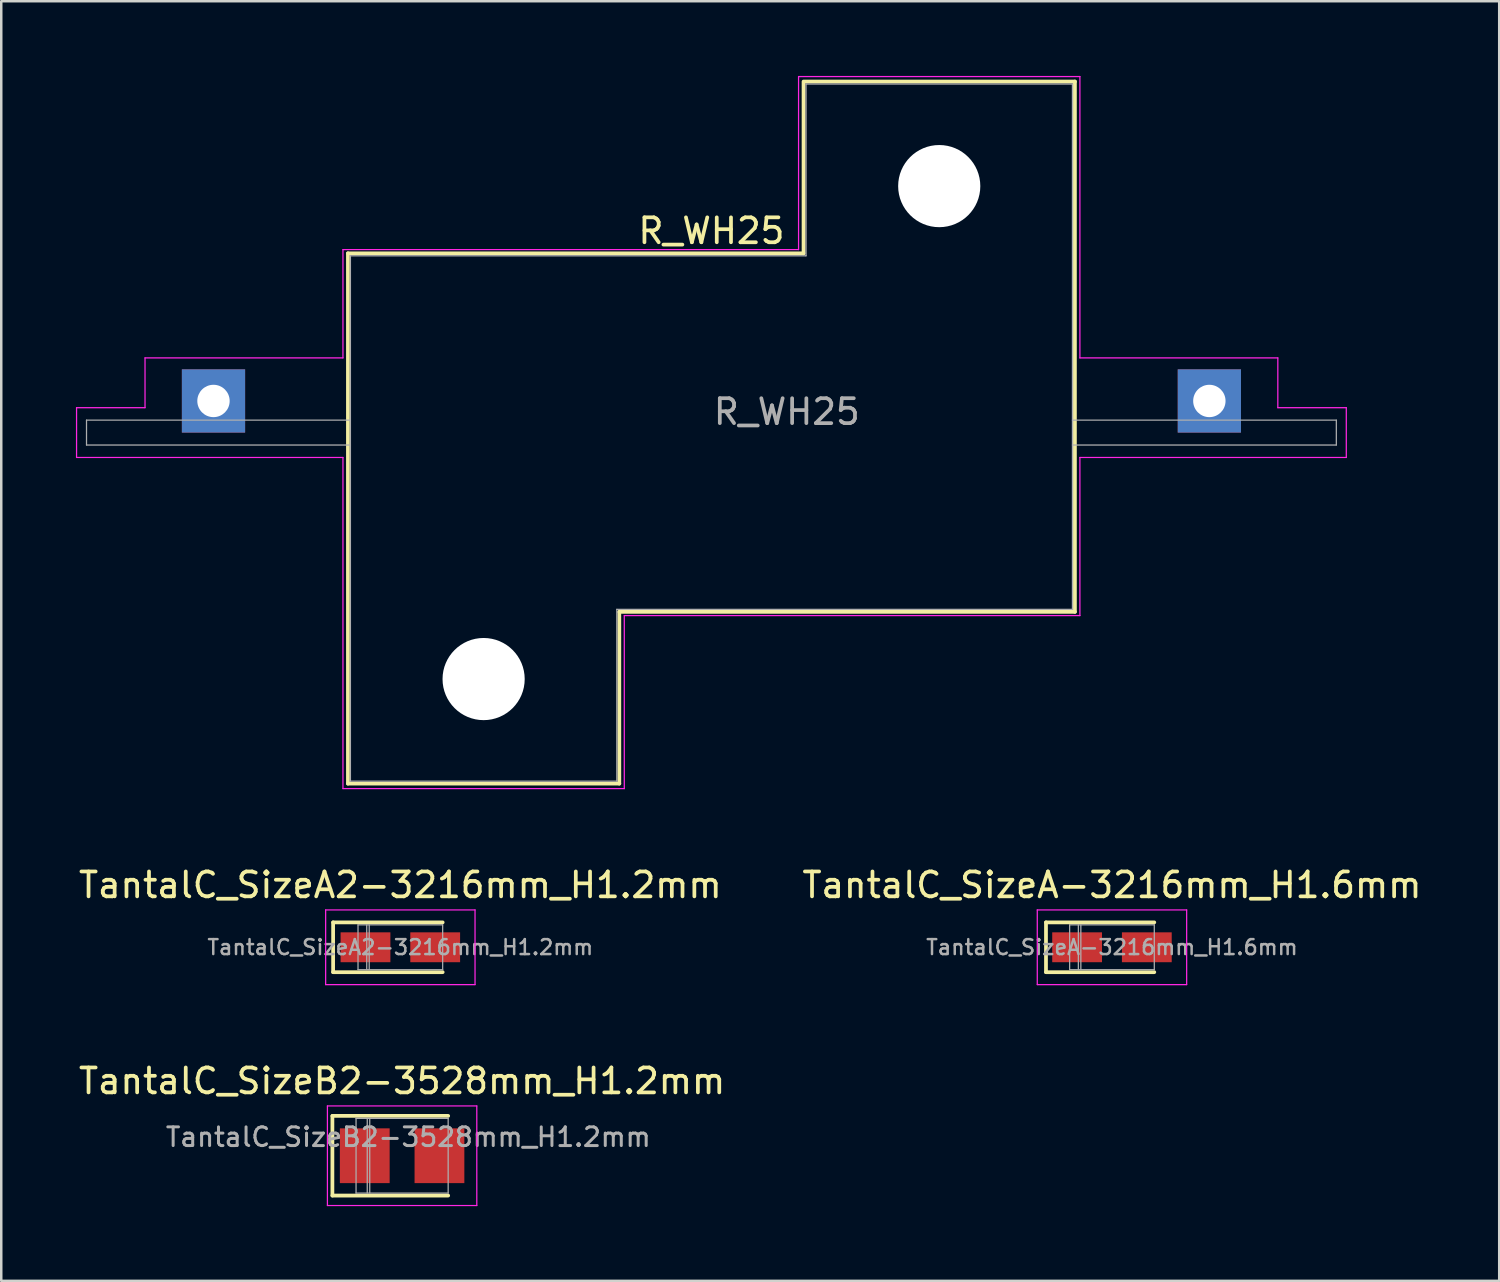
<source format=kicad_pcb>
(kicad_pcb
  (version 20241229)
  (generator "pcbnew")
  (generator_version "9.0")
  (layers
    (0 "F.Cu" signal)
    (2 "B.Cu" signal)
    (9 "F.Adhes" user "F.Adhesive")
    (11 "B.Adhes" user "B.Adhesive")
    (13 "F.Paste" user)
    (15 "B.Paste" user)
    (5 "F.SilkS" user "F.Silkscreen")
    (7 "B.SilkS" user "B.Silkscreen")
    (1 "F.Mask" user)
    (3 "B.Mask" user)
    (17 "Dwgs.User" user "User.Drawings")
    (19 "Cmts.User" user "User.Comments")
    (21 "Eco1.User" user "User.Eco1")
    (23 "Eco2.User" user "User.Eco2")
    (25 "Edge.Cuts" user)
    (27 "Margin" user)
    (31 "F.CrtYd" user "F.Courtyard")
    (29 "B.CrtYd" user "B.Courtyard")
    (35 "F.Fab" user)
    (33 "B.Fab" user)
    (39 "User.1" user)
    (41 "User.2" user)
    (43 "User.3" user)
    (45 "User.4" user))
  (footprint "TantalC_SizeA2-3216mm_H1.2mm"
    (layer "F.Cu")
    (at 13.03 34.998)
    (property "Reference" "TantalC_SizeA2-3216mm_H1.2mm" (at 0 0 0) (layer "F.Fab") (effects (font (size 0.6 0.6) (thickness 0.1))))
    (attr smd)
    (fp_line (start -2.7 -1) (end -2.7 1) (stroke (width 0.15) (type solid)) (layer "F.SilkS"))
    (fp_line (start 1.7 -1) (end -2.7 -1) (stroke (width 0.15) (type solid)) (layer "F.SilkS"))
    (fp_line (start 1.7 1) (end -2.7 1) (stroke (width 0.15) (type solid)) (layer "F.SilkS"))
    (fp_line (start -3 -1.5) (end -3 1.5) (stroke (width 0.05) (type solid)) (layer "F.CrtYd"))
    (fp_line (start -3 1.5) (end 3 1.5) (stroke (width 0.05) (type solid)) (layer "F.CrtYd"))
    (fp_line (start 3 -1.5) (end -3 -1.5) (stroke (width 0.05) (type solid)) (layer "F.CrtYd"))
    (fp_line (start 3 1.5) (end 3 -1.5) (stroke (width 0.05) (type solid)) (layer "F.CrtYd"))
    (fp_line (start -1.7 -0.9) (end 1.7 -0.9) (stroke (width 0.05) (type solid)) (layer "F.Fab"))
    (fp_line (start -1.7 0.9) (end -1.7 -0.9) (stroke (width 0.05) (type solid)) (layer "F.Fab"))
    (fp_line (start -1.35 -0.9) (end -1.35 0.9) (stroke (width 0.05) (type solid)) (layer "F.Fab"))
    (fp_line (start -1.25 -0.9) (end -1.25 0.9) (stroke (width 0.05) (type solid)) (layer "F.Fab"))
    (fp_line (start 1.7 -0.9) (end 1.7 0.9) (stroke (width 0.05) (type solid)) (layer "F.Fab"))
    (fp_line (start 1.7 0.9) (end -1.7 0.9) (stroke (width 0.05) (type solid)) (layer "F.Fab"))
    (fp_text user "${REFERENCE}" (at 0 -2.5 0) (layer "F.SilkS") (effects (font (size 1 1) (thickness 0.15))))
    (pad "1" smd rect (at -1.4 0) (size 2 1.2) (layers "F.Cu" "F.Mask" "F.Paste"))
    (pad "2" smd rect (at 1.4 0) (size 2 1.2) (layers "F.Cu" "F.Mask" "F.Paste")))
  (footprint "TantalC_SizeB2-3528mm_H1.2mm"
    (layer "F.Cu")
    (at 13.101 43.371)
    (property "Reference" "TantalC_SizeB2-3528mm_H1.2mm" (at 0.25 -0.75 0) (layer "F.Fab") (effects (font (size 0.75 0.75) (thickness 0.12))))
    (attr smd)
    (fp_line (start -2.8 -1.6) (end -2.8 1.6) (stroke (width 0.15) (type solid)) (layer "F.SilkS"))
    (fp_line (start 1.85 -1.6) (end -2.8 -1.6) (stroke (width 0.15) (type solid)) (layer "F.SilkS"))
    (fp_line (start 1.85 1.6) (end -2.8 1.6) (stroke (width 0.15) (type solid)) (layer "F.SilkS"))
    (fp_line (start -3 -2) (end -3 2) (stroke (width 0.05) (type solid)) (layer "F.CrtYd"))
    (fp_line (start -3 2) (end 3 2) (stroke (width 0.05) (type solid)) (layer "F.CrtYd"))
    (fp_line (start 3 -2) (end -3 -2) (stroke (width 0.05) (type solid)) (layer "F.CrtYd"))
    (fp_line (start 3 2) (end 3 -2) (stroke (width 0.05) (type solid)) (layer "F.CrtYd"))
    (fp_line (start -1.85 -1.5) (end 1.85 -1.5) (stroke (width 0.05) (type solid)) (layer "F.Fab"))
    (fp_line (start -1.85 1.5) (end -1.85 -1.5) (stroke (width 0.05) (type solid)) (layer "F.Fab"))
    (fp_line (start -1.4 -1.5) (end -1.4 1.5) (stroke (width 0.05) (type solid)) (layer "F.Fab"))
    (fp_line (start -1.3 -1.5) (end -1.3 1.5) (stroke (width 0.05) (type solid)) (layer "F.Fab"))
    (fp_line (start 1.85 -1.5) (end 1.85 1.5) (stroke (width 0.05) (type solid)) (layer "F.Fab"))
    (fp_line (start 1.85 1.5) (end -1.85 1.5) (stroke (width 0.05) (type solid)) (layer "F.Fab"))
    (fp_text user "${REFERENCE}" (at 0 -3 0) (layer "F.SilkS") (effects (font (size 1 1) (thickness 0.15))))
    (pad "1" smd rect (at -1.5 0) (size 2 2.2) (layers "F.Cu" "F.Mask" "F.Paste"))
    (pad "2" smd rect (at 1.5 0) (size 2 2.2) (layers "F.Cu" "F.Mask" "F.Paste")))
  (footprint "TantalC_SizeA-3216mm_H1.6mm"
    (layer "F.Cu")
    (at 41.613 34.998)
    (property "Reference" "TantalC_SizeA-3216mm_H1.6mm" (at 0 0 0) (layer "F.Fab") (effects (font (size 0.6 0.6) (thickness 0.1))))
    (attr smd)
    (fp_line (start -2.65 -1) (end -2.65 1) (stroke (width 0.15) (type solid)) (layer "F.SilkS"))
    (fp_line (start 1.7 -1) (end -2.65 -1) (stroke (width 0.15) (type solid)) (layer "F.SilkS"))
    (fp_line (start 1.7 1) (end -2.65 1) (stroke (width 0.15) (type solid)) (layer "F.SilkS"))
    (fp_line (start -3 -1.5) (end -3 1.5) (stroke (width 0.05) (type solid)) (layer "F.CrtYd"))
    (fp_line (start -3 1.5) (end 3 1.5) (stroke (width 0.05) (type solid)) (layer "F.CrtYd"))
    (fp_line (start 3 -1.5) (end -3 -1.5) (stroke (width 0.05) (type solid)) (layer "F.CrtYd"))
    (fp_line (start 3 1.5) (end 3 -1.5) (stroke (width 0.05) (type solid)) (layer "F.CrtYd"))
    (fp_line (start -1.7 -0.9) (end 1.7 -0.9) (stroke (width 0.05) (type solid)) (layer "F.Fab"))
    (fp_line (start -1.7 0.9) (end -1.7 -0.9) (stroke (width 0.05) (type solid)) (layer "F.Fab"))
    (fp_line (start -1.35 -0.9) (end -1.35 0.9) (stroke (width 0.05) (type solid)) (layer "F.Fab"))
    (fp_line (start -1.25 -0.9) (end -1.25 0.9) (stroke (width 0.05) (type solid)) (layer "F.Fab"))
    (fp_line (start 1.7 -0.9) (end 1.7 0.9) (stroke (width 0.05) (type solid)) (layer "F.Fab"))
    (fp_line (start 1.7 0.9) (end -1.7 0.9) (stroke (width 0.05) (type solid)) (layer "F.Fab"))
    (fp_text user "${REFERENCE}" (at 0 -2.5 0) (layer "F.SilkS") (effects (font (size 1 1) (thickness 0.15))))
    (pad "1" smd rect (at -1.4 0) (size 2 1.2) (layers "F.Cu" "F.Mask" "F.Paste"))
    (pad "2" smd rect (at 1.4 0) (size 2 1.2) (layers "F.Cu" "F.Mask" "F.Paste")))
  (footprint "R_WH25"
    (layer "F.Cu")
    (at 25.525 14.325)
    (property "Reference" "R_WH25" (at 0 -0.25 0) (layer "F.Fab") (effects (font (size 1 1) (thickness 0.15)) (justify left bottom)))
    (attr through_hole)
    (fp_line (start -14.6 -7.2) (end -14.6 14.1) (stroke (width 0.15) (type solid)) (layer "F.SilkS"))
    (fp_line (start -14.6 14.1) (end -3.7 14.1) (stroke (width 0.15) (type solid)) (layer "F.SilkS"))
    (fp_line (start -3.7 7.2) (end -3.7 14.1) (stroke (width 0.15) (type solid)) (layer "F.SilkS"))
    (fp_line (start -3.7 7.2) (end 14.6 7.2) (stroke (width 0.15) (type solid)) (layer "F.SilkS"))
    (fp_line (start 3.7 -7.2) (end -14.6 -7.2) (stroke (width 0.15) (type solid)) (layer "F.SilkS"))
    (fp_line (start 3.7 -7.2) (end 3.7 -14.05) (stroke (width 0.15) (type solid)) (layer "F.SilkS"))
    (fp_line (start 14.6 -14.1) (end 3.7 -14.1) (stroke (width 0.15) (type solid)) (layer "F.SilkS"))
    (fp_line (start 14.6 7.2) (end 14.6 -14.1) (stroke (width 0.15) (type solid)) (layer "F.SilkS"))
    (fp_line (start -25.5 -1) (end -25.5 1) (stroke (width 0.05) (type solid)) (layer "F.CrtYd"))
    (fp_line (start -25.5 1) (end -14.8 1) (stroke (width 0.05) (type solid)) (layer "F.CrtYd"))
    (fp_line (start -22.75 -3) (end -22.75 -1) (stroke (width 0.05) (type solid)) (layer "F.CrtYd"))
    (fp_line (start -22.75 -1) (end -25.5 -1) (stroke (width 0.05) (type solid)) (layer "F.CrtYd"))
    (fp_line (start -14.8 -7.35) (end -14.8 -3) (stroke (width 0.05) (type solid)) (layer "F.CrtYd"))
    (fp_line (start -14.8 -3) (end -22.75 -3) (stroke (width 0.05) (type solid)) (layer "F.CrtYd"))
    (fp_line (start -14.8 1) (end -14.8 14.3) (stroke (width 0.05) (type solid)) (layer "F.CrtYd"))
    (fp_line (start -14.8 14.3) (end -3.5 14.3) (stroke (width 0.05) (type solid)) (layer "F.CrtYd"))
    (fp_line (start -3.5 7.35) (end 14.8 7.35) (stroke (width 0.05) (type solid)) (layer "F.CrtYd"))
    (fp_line (start -3.5 14.3) (end -3.5 7.35) (stroke (width 0.05) (type solid)) (layer "F.CrtYd"))
    (fp_line (start 3.5 -14.3) (end 3.5 -7.35) (stroke (width 0.05) (type solid)) (layer "F.CrtYd"))
    (fp_line (start 3.5 -7.35) (end -14.8 -7.35) (stroke (width 0.05) (type solid)) (layer "F.CrtYd"))
    (fp_line (start 14.8 -14.3) (end 3.5 -14.3) (stroke (width 0.05) (type solid)) (layer "F.CrtYd"))
    (fp_line (start 14.8 -3) (end 14.8 -14.3) (stroke (width 0.05) (type solid)) (layer "F.CrtYd"))
    (fp_line (start 14.8 1) (end 25.5 1) (stroke (width 0.05) (type solid)) (layer "F.CrtYd"))
    (fp_line (start 14.8 7.35) (end 14.8 1) (stroke (width 0.05) (type solid)) (layer "F.CrtYd"))
    (fp_line (start 22.75 -3) (end 14.8 -3) (stroke (width 0.05) (type solid)) (layer "F.CrtYd"))
    (fp_line (start 22.75 -1) (end 22.75 -3) (stroke (width 0.05) (type solid)) (layer "F.CrtYd"))
    (fp_line (start 25.5 -1) (end 22.75 -1) (stroke (width 0.05) (type solid)) (layer "F.CrtYd"))
    (fp_line (start 25.5 1) (end 25.5 -1) (stroke (width 0.05) (type solid)) (layer "F.CrtYd"))
    (fp_line (start -25.1 -0.5) (end -14.5 -0.5) (stroke (width 0.05) (type solid)) (layer "F.Fab"))
    (fp_line (start -25.1 0.5) (end -25.1 -0.5) (stroke (width 0.05) (type solid)) (layer "F.Fab"))
    (fp_line (start -14.5 -7.1) (end -14.5 14) (stroke (width 0.05) (type solid)) (layer "F.Fab"))
    (fp_line (start -14.5 0.5) (end -25.1 0.5) (stroke (width 0.05) (type solid)) (layer "F.Fab"))
    (fp_line (start -14.5 14) (end -3.8 14) (stroke (width 0.05) (type solid)) (layer "F.Fab"))
    (fp_line (start -3.8 7.1) (end -3.8 14) (stroke (width 0.05) (type solid)) (layer "F.Fab"))
    (fp_line (start -3.8 7.1) (end 14.5 7.1) (stroke (width 0.05) (type solid)) (layer "F.Fab"))
    (fp_line (start 3.8 -7.1) (end -14.5 -7.1) (stroke (width 0.05) (type solid)) (layer "F.Fab"))
    (fp_line (start 3.8 -7.1) (end 3.8 -14) (stroke (width 0.05) (type solid)) (layer "F.Fab"))
    (fp_line (start 14.5 -14) (end 3.8 -14) (stroke (width 0.05) (type solid)) (layer "F.Fab"))
    (fp_line (start 14.5 -0.5) (end 25.1 -0.5) (stroke (width 0.05) (type solid)) (layer "F.Fab"))
    (fp_line (start 14.5 7.1) (end 14.5 -14) (stroke (width 0.05) (type solid)) (layer "F.Fab"))
    (fp_line (start 25.1 -0.5) (end 25.1 0.5) (stroke (width 0.05) (type solid)) (layer "F.Fab"))
    (fp_line (start 25.1 0.5) (end 14.5 0.5) (stroke (width 0.05) (type solid)) (layer "F.Fab"))
    (fp_text user "${REFERENCE}" (at 0 -8.1 0) (layer "F.SilkS") (effects (font (size 1 1) (thickness 0.15))))
    (pad "" np_thru_hole circle (at -9.15 9.9) (size 3.3 3.3) (drill 3.3) (layers "*.Cu" "*.Mask"))
    (pad "" np_thru_hole circle (at 9.15 -9.9) (size 3.3 3.3) (drill 3.3) (layers "*.Cu" "*.Mask"))
    (pad "1" thru_hole rect (at -20 -1.27 90) (size 2.54 2.54) (drill 1.3) (layers "*.Cu" "*.Mask"))
    (pad "2" thru_hole rect (at 20 -1.27 90) (size 2.54 2.54) (drill 1.3) (layers "*.Cu" "*.Mask")))
  (gr_rect
    (start -3 -3)
    (end 57.167 48.397)
    (stroke (width 0.1) (type default))
    (fill no)
    (layer "Edge.Cuts")))
</source>
